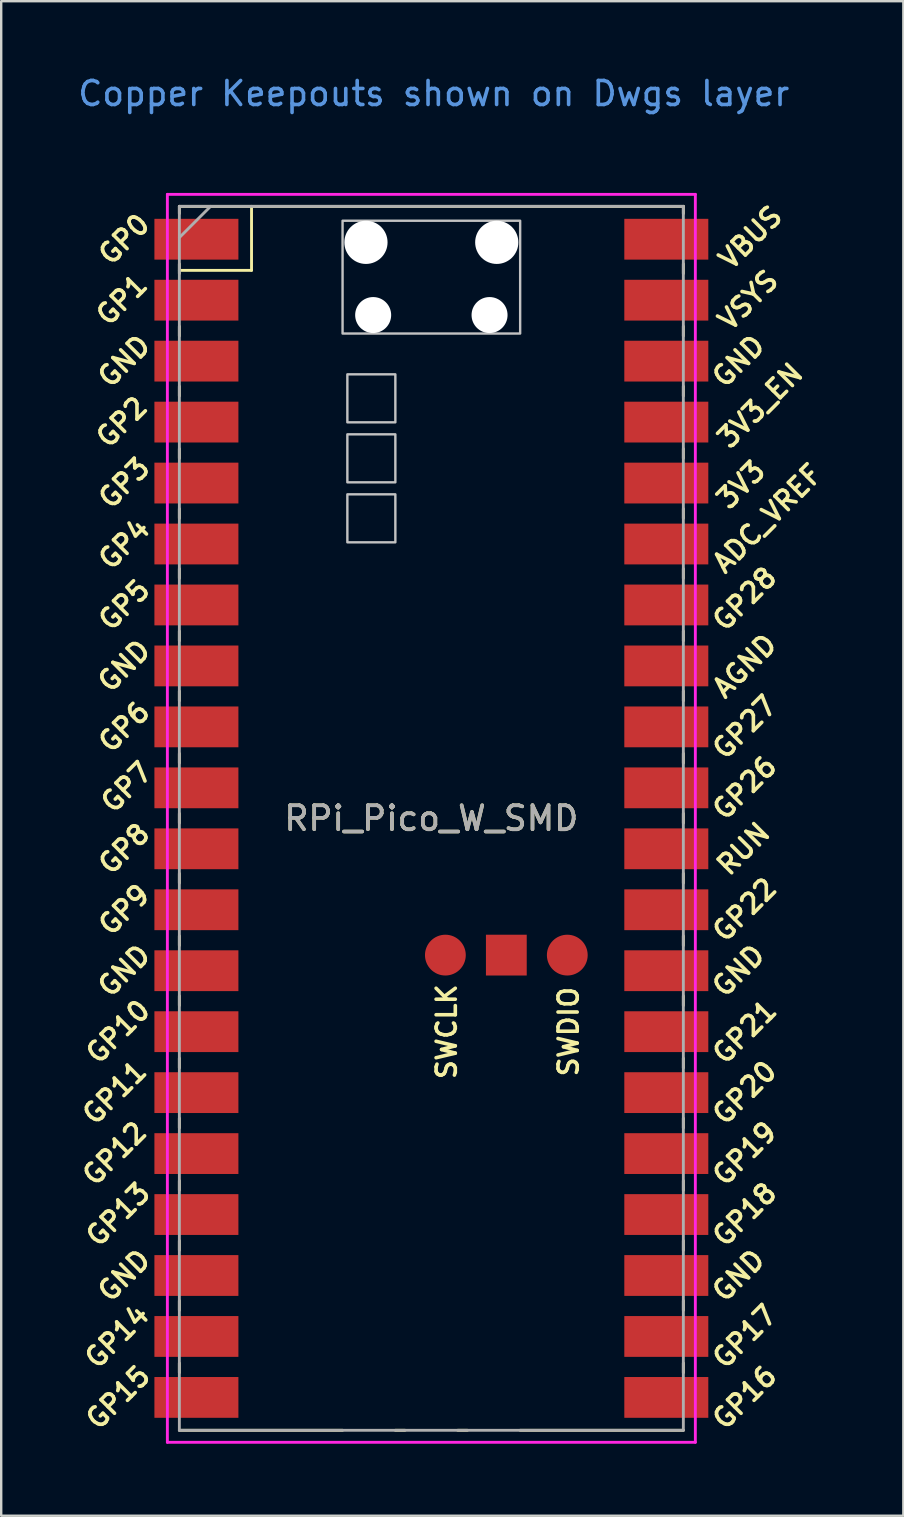
<source format=kicad_pcb>
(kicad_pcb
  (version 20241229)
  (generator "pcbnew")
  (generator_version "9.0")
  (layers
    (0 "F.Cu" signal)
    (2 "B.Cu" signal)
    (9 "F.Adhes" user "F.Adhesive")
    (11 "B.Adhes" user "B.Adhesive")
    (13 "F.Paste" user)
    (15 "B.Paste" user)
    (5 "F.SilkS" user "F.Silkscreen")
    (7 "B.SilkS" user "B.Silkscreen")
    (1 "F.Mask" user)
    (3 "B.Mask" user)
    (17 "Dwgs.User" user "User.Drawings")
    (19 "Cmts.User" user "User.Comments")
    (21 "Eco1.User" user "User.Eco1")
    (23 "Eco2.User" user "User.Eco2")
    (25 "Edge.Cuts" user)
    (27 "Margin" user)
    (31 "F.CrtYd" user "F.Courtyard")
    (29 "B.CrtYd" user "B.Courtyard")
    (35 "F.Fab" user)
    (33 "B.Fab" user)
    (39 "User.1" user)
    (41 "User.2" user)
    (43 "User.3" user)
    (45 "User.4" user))
  (footprint "RPi_Pico_W_SMD"
    (layer "F.Cu")
    (at 14.924 31.048)
    (property "Reference" "RPi_Pico_W_SMD" (at 0 0 0) (layer "F.SilkS") (effects (font (size 1 1) (thickness 0.15))))
    (attr through_hole)
    (fp_line (start -10.5 -25.5) (end -10.5 -25.2) (stroke (width 0.12) (type solid)) (layer "F.SilkS"))
    (fp_line (start -10.5 -25.5) (end 10.5 -25.5) (stroke (width 0.12) (type solid)) (layer "F.SilkS"))
    (fp_line (start -10.5 -23.1) (end -10.5 -22.7) (stroke (width 0.12) (type solid)) (layer "F.SilkS"))
    (fp_line (start -10.5 -22.833) (end -7.493 -22.833) (stroke (width 0.12) (type solid)) (layer "F.SilkS"))
    (fp_line (start -10.5 -20.5) (end -10.5 -20.1) (stroke (width 0.12) (type solid)) (layer "F.SilkS"))
    (fp_line (start -10.5 -18) (end -10.5 -17.6) (stroke (width 0.12) (type solid)) (layer "F.SilkS"))
    (fp_line (start -10.5 -15.4) (end -10.5 -15) (stroke (width 0.12) (type solid)) (layer "F.SilkS"))
    (fp_line (start -10.5 -12.9) (end -10.5 -12.5) (stroke (width 0.12) (type solid)) (layer "F.SilkS"))
    (fp_line (start -10.5 -10.4) (end -10.5 -10) (stroke (width 0.12) (type solid)) (layer "F.SilkS"))
    (fp_line (start -10.5 -7.8) (end -10.5 -7.4) (stroke (width 0.12) (type solid)) (layer "F.SilkS"))
    (fp_line (start -10.5 -5.3) (end -10.5 -4.9) (stroke (width 0.12) (type solid)) (layer "F.SilkS"))
    (fp_line (start -10.5 -2.7) (end -10.5 -2.3) (stroke (width 0.12) (type solid)) (layer "F.SilkS"))
    (fp_line (start -10.5 -0.2) (end -10.5 0.2) (stroke (width 0.12) (type solid)) (layer "F.SilkS"))
    (fp_line (start -10.5 2.3) (end -10.5 2.7) (stroke (width 0.12) (type solid)) (layer "F.SilkS"))
    (fp_line (start -10.5 4.9) (end -10.5 5.3) (stroke (width 0.12) (type solid)) (layer "F.SilkS"))
    (fp_line (start -10.5 7.4) (end -10.5 7.8) (stroke (width 0.12) (type solid)) (layer "F.SilkS"))
    (fp_line (start -10.5 10) (end -10.5 10.4) (stroke (width 0.12) (type solid)) (layer "F.SilkS"))
    (fp_line (start -10.5 12.5) (end -10.5 12.9) (stroke (width 0.12) (type solid)) (layer "F.SilkS"))
    (fp_line (start -10.5 15.1) (end -10.5 15.5) (stroke (width 0.12) (type solid)) (layer "F.SilkS"))
    (fp_line (start -10.5 17.6) (end -10.5 18) (stroke (width 0.12) (type solid)) (layer "F.SilkS"))
    (fp_line (start -10.5 20.1) (end -10.5 20.5) (stroke (width 0.12) (type solid)) (layer "F.SilkS"))
    (fp_line (start -10.5 22.7) (end -10.5 23.1) (stroke (width 0.12) (type solid)) (layer "F.SilkS"))
    (fp_line (start -7.493 -22.833) (end -7.493 -25.5) (stroke (width 0.12) (type solid)) (layer "F.SilkS"))
    (fp_line (start -3.7 25.5) (end -10.5 25.5) (stroke (width 0.12) (type solid)) (layer "F.SilkS"))
    (fp_line (start -1.5 25.5) (end -1.1 25.5) (stroke (width 0.12) (type solid)) (layer "F.SilkS"))
    (fp_line (start 1.1 25.5) (end 1.5 25.5) (stroke (width 0.12) (type solid)) (layer "F.SilkS"))
    (fp_line (start 10.5 -25.5) (end 10.5 -25.2) (stroke (width 0.12) (type solid)) (layer "F.SilkS"))
    (fp_line (start 10.5 -23.1) (end 10.5 -22.7) (stroke (width 0.12) (type solid)) (layer "F.SilkS"))
    (fp_line (start 10.5 -20.5) (end 10.5 -20.1) (stroke (width 0.12) (type solid)) (layer "F.SilkS"))
    (fp_line (start 10.5 -18) (end 10.5 -17.6) (stroke (width 0.12) (type solid)) (layer "F.SilkS"))
    (fp_line (start 10.5 -15.4) (end 10.5 -15) (stroke (width 0.12) (type solid)) (layer "F.SilkS"))
    (fp_line (start 10.5 -12.9) (end 10.5 -12.5) (stroke (width 0.12) (type solid)) (layer "F.SilkS"))
    (fp_line (start 10.5 -10.4) (end 10.5 -10) (stroke (width 0.12) (type solid)) (layer "F.SilkS"))
    (fp_line (start 10.5 -7.8) (end 10.5 -7.4) (stroke (width 0.12) (type solid)) (layer "F.SilkS"))
    (fp_line (start 10.5 -5.3) (end 10.5 -4.9) (stroke (width 0.12) (type solid)) (layer "F.SilkS"))
    (fp_line (start 10.5 -2.7) (end 10.5 -2.3) (stroke (width 0.12) (type solid)) (layer "F.SilkS"))
    (fp_line (start 10.5 -0.2) (end 10.5 0.2) (stroke (width 0.12) (type solid)) (layer "F.SilkS"))
    (fp_line (start 10.5 2.3) (end 10.5 2.7) (stroke (width 0.12) (type solid)) (layer "F.SilkS"))
    (fp_line (start 10.5 4.9) (end 10.5 5.3) (stroke (width 0.12) (type solid)) (layer "F.SilkS"))
    (fp_line (start 10.5 7.4) (end 10.5 7.8) (stroke (width 0.12) (type solid)) (layer "F.SilkS"))
    (fp_line (start 10.5 10) (end 10.5 10.4) (stroke (width 0.12) (type solid)) (layer "F.SilkS"))
    (fp_line (start 10.5 12.5) (end 10.5 12.9) (stroke (width 0.12) (type solid)) (layer "F.SilkS"))
    (fp_line (start 10.5 15.1) (end 10.5 15.5) (stroke (width 0.12) (type solid)) (layer "F.SilkS"))
    (fp_line (start 10.5 17.6) (end 10.5 18) (stroke (width 0.12) (type solid)) (layer "F.SilkS"))
    (fp_line (start 10.5 20.1) (end 10.5 20.5) (stroke (width 0.12) (type solid)) (layer "F.SilkS"))
    (fp_line (start 10.5 22.7) (end 10.5 23.1) (stroke (width 0.12) (type solid)) (layer "F.SilkS"))
    (fp_line (start 10.5 25.5) (end 3.7 25.5) (stroke (width 0.12) (type solid)) (layer "F.SilkS"))
    (fp_poly (pts (xy -1.5 -16.5) (xy -3.5 -16.5) (xy -3.5 -18.5) (xy -1.5 -18.5)) (stroke (width 0.1) (type solid)) (fill no) (layer "Dwgs.User"))
    (fp_poly (pts (xy -1.5 -14) (xy -3.5 -14) (xy -3.5 -16) (xy -1.5 -16)) (stroke (width 0.1) (type solid)) (fill no) (layer "Dwgs.User"))
    (fp_poly (pts (xy -1.5 -11.5) (xy -3.5 -11.5) (xy -3.5 -13.5) (xy -1.5 -13.5)) (stroke (width 0.1) (type solid)) (fill no) (layer "Dwgs.User"))
    (fp_poly (pts (xy 3.7 -20.2) (xy -3.7 -20.2) (xy -3.7 -24.9) (xy 3.7 -24.9)) (stroke (width 0.1) (type solid)) (fill no) (layer "Dwgs.User"))
    (fp_line (start -11 -26) (end 11 -26) (stroke (width 0.12) (type solid)) (layer "F.CrtYd"))
    (fp_line (start -11 26) (end -11 -26) (stroke (width 0.12) (type solid)) (layer "F.CrtYd"))
    (fp_line (start 11 -26) (end 11 26) (stroke (width 0.12) (type solid)) (layer "F.CrtYd"))
    (fp_line (start 11 26) (end -11 26) (stroke (width 0.12) (type solid)) (layer "F.CrtYd"))
    (fp_line (start -10.5 -25.5) (end 10.5 -25.5) (stroke (width 0.12) (type solid)) (layer "F.Fab"))
    (fp_line (start -10.5 -24.2) (end -9.2 -25.5) (stroke (width 0.12) (type solid)) (layer "F.Fab"))
    (fp_line (start -10.5 25.5) (end -10.5 -25.5) (stroke (width 0.12) (type solid)) (layer "F.Fab"))
    (fp_line (start 10.5 -25.5) (end 10.5 25.5) (stroke (width 0.12) (type solid)) (layer "F.Fab"))
    (fp_line (start 10.5 25.5) (end -10.5 25.5) (stroke (width 0.12) (type solid)) (layer "F.Fab"))
    (fp_text user "GP10" (at -13.054 8.89 45) (layer "F.SilkS") (effects (font (size 0.8 0.8) (thickness 0.15))))
    (fp_text user "GND" (at -12.8 19.05 45) (layer "F.SilkS") (effects (font (size 0.8 0.8) (thickness 0.15))))
    (fp_text user "GP19" (at 13.054 13.97 45) (layer "F.SilkS") (effects (font (size 0.8 0.8) (thickness 0.15))))
    (fp_text user "GP6" (at -12.8 -3.81 45) (layer "F.SilkS") (effects (font (size 0.8 0.8) (thickness 0.15))))
    (fp_text user "GP13" (at -13.054 16.51 45) (layer "F.SilkS") (effects (font (size 0.8 0.8) (thickness 0.15))))
    (fp_text user "GP12" (at -13.2 13.97 45) (layer "F.SilkS") (effects (font (size 0.8 0.8) (thickness 0.15))))
    (fp_text user "GP1" (at -12.9 -21.6 45) (layer "F.SilkS") (effects (font (size 0.8 0.8) (thickness 0.15))))
    (fp_text user "GP28" (at 13.054 -9.144 45) (layer "F.SilkS") (effects (font (size 0.8 0.8) (thickness 0.15))))
    (fp_text user "GP21" (at 13.054 8.9 45) (layer "F.SilkS") (effects (font (size 0.8 0.8) (thickness 0.15))))
    (fp_text user "GP8" (at -12.8 1.27 45) (layer "F.SilkS") (effects (font (size 0.8 0.8) (thickness 0.15))))
    (fp_text user "SWDIO" (at 5.715 8.89 270) (layer "F.SilkS") (effects (font (size 0.8 0.8) (thickness 0.15))))
    (fp_text user "GND" (at 12.8 6.35 45) (layer "F.SilkS") (effects (font (size 0.8 0.8) (thickness 0.15))))
    (fp_text user "AGND" (at 13.054 -6.35 45) (layer "F.SilkS") (effects (font (size 0.8 0.8) (thickness 0.15))))
    (fp_text user "VSYS" (at 13.2 -21.59 45) (layer "F.SilkS") (effects (font (size 0.8 0.8) (thickness 0.15))))
    (fp_text user "GND" (at 12.8 -19.05 45) (layer "F.SilkS") (effects (font (size 0.8 0.8) (thickness 0.15))))
    (fp_text user "RUN" (at 13 1.27 45) (layer "F.SilkS") (effects (font (size 0.8 0.8) (thickness 0.15))))
    (fp_text user "GP20" (at 13.054 11.43 45) (layer "F.SilkS") (effects (font (size 0.8 0.8) (thickness 0.15))))
    (fp_text user "GP26" (at 13.054 -1.27 45) (layer "F.SilkS") (effects (font (size 0.8 0.8) (thickness 0.15))))
    (fp_text user "GP15" (at -13.054 24.13 45) (layer "F.SilkS") (effects (font (size 0.8 0.8) (thickness 0.15))))
    (fp_text user "VBUS" (at 13.3 -24.2 45) (layer "F.SilkS") (effects (font (size 0.8 0.8) (thickness 0.15))))
    (fp_text user "GP14" (at -13.1 21.59 45) (layer "F.SilkS") (effects (font (size 0.8 0.8) (thickness 0.15))))
    (fp_text user "GP9" (at -12.8 3.81 45) (layer "F.SilkS") (effects (font (size 0.8 0.8) (thickness 0.15))))
    (fp_text user "GP11" (at -13.2 11.43 45) (layer "F.SilkS") (effects (font (size 0.8 0.8) (thickness 0.15))))
    (fp_text user "GP5" (at -12.8 -8.89 45) (layer "F.SilkS") (effects (font (size 0.8 0.8) (thickness 0.15))))
    (fp_text user "ADC_VREF" (at 14 -12.5 45) (layer "F.SilkS") (effects (font (size 0.8 0.8) (thickness 0.15))))
    (fp_text user "3V3" (at 12.9 -13.9 45) (layer "F.SilkS") (effects (font (size 0.8 0.8) (thickness 0.15))))
    (fp_text user "GP2" (at -12.9 -16.51 45) (layer "F.SilkS") (effects (font (size 0.8 0.8) (thickness 0.15))))
    (fp_text user "GP0" (at -12.8 -24.13 45) (layer "F.SilkS") (effects (font (size 0.8 0.8) (thickness 0.15))))
    (fp_text user "GP4" (at -12.8 -11.43 45) (layer "F.SilkS") (effects (font (size 0.8 0.8) (thickness 0.15))))
    (fp_text user "GP22" (at 13.054 3.81 45) (layer "F.SilkS") (effects (font (size 0.8 0.8) (thickness 0.15))))
    (fp_text user "GND" (at -12.8 6.35 45) (layer "F.SilkS") (effects (font (size 0.8 0.8) (thickness 0.15))))
    (fp_text user "GND" (at -12.8 -6.35 45) (layer "F.SilkS") (effects (font (size 0.8 0.8) (thickness 0.15))))
    (fp_text user "GP16" (at 13.054 24.13 45) (layer "F.SilkS") (effects (font (size 0.8 0.8) (thickness 0.15))))
    (fp_text user "GP3" (at -12.8 -13.97 45) (layer "F.SilkS") (effects (font (size 0.8 0.8) (thickness 0.15))))
    (fp_text user "GND" (at -12.8 -19.05 45) (layer "F.SilkS") (effects (font (size 0.8 0.8) (thickness 0.15))))
    (fp_text user "GP7" (at -12.7 -1.3 45) (layer "F.SilkS") (effects (font (size 0.8 0.8) (thickness 0.15))))
    (fp_text user "3V3_EN" (at 13.7 -17.2 45) (layer "F.SilkS") (effects (font (size 0.8 0.8) (thickness 0.15))))
    (fp_text user "GP18" (at 13.054 16.51 45) (layer "F.SilkS") (effects (font (size 0.8 0.8) (thickness 0.15))))
    (fp_text user "GP17" (at 13.054 21.59 45) (layer "F.SilkS") (effects (font (size 0.8 0.8) (thickness 0.15))))
    (fp_text user "SWCLK" (at 0.635 8.89 270) (layer "F.SilkS") (effects (font (size 0.8 0.8) (thickness 0.15))))
    (fp_text user "GP27" (at 13.054 -3.8 45) (layer "F.SilkS") (effects (font (size 0.8 0.8) (thickness 0.15))))
    (fp_text user "GND" (at 12.8 19.05 45) (layer "F.SilkS") (effects (font (size 0.8 0.8) (thickness 0.15))))
    (fp_text user "Copper Keepouts shown on Dwgs layer" (at 0.1 -30.2 0) (layer "Cmts.User") (effects (font (size 1 1) (thickness 0.15))))
    (fp_text user "${REFERENCE}" (at 0 0 180) (layer "F.Fab") (effects (font (size 1 1) (thickness 0.15))))
    (pad "" np_thru_hole oval (at -2.725 -24) (size 1.8 1.8) (drill 1.8) (layers "*.Cu" "*.Mask"))
    (pad "" np_thru_hole oval (at -2.425 -20.97) (size 1.5 1.5) (drill 1.5) (layers "*.Cu" "*.Mask"))
    (pad "" np_thru_hole oval (at 2.425 -20.97) (size 1.5 1.5) (drill 1.5) (layers "*.Cu" "*.Mask"))
    (pad "" np_thru_hole oval (at 2.725 -24) (size 1.8 1.8) (drill 1.8) (layers "*.Cu" "*.Mask"))
    (pad "1" smd rect (at -8.89 -24.13) (size 3.5 1.7) (drill (offset -0.9 0)) (layers "F.Cu" "F.Mask"))
    (pad "2" smd rect (at -8.89 -21.59) (size 3.5 1.7) (drill (offset -0.9 0)) (layers "F.Cu" "F.Mask"))
    (pad "3" smd rect (at -8.89 -19.05) (size 3.5 1.7) (drill (offset -0.9 0)) (layers "F.Cu" "F.Mask"))
    (pad "4" smd rect (at -8.89 -16.51) (size 3.5 1.7) (drill (offset -0.9 0)) (layers "F.Cu" "F.Mask"))
    (pad "5" smd rect (at -8.89 -13.97) (size 3.5 1.7) (drill (offset -0.9 0)) (layers "F.Cu" "F.Mask"))
    (pad "6" smd rect (at -8.89 -11.43) (size 3.5 1.7) (drill (offset -0.9 0)) (layers "F.Cu" "F.Mask"))
    (pad "7" smd rect (at -8.89 -8.89) (size 3.5 1.7) (drill (offset -0.9 0)) (layers "F.Cu" "F.Mask"))
    (pad "8" smd rect (at -8.89 -6.35) (size 3.5 1.7) (drill (offset -0.9 0)) (layers "F.Cu" "F.Mask"))
    (pad "9" smd rect (at -8.89 -3.81) (size 3.5 1.7) (drill (offset -0.9 0)) (layers "F.Cu" "F.Mask"))
    (pad "10" smd rect (at -8.89 -1.27) (size 3.5 1.7) (drill (offset -0.9 0)) (layers "F.Cu" "F.Mask"))
    (pad "11" smd rect (at -8.89 1.27) (size 3.5 1.7) (drill (offset -0.9 0)) (layers "F.Cu" "F.Mask"))
    (pad "12" smd rect (at -8.89 3.81) (size 3.5 1.7) (drill (offset -0.9 0)) (layers "F.Cu" "F.Mask"))
    (pad "13" smd rect (at -8.89 6.35) (size 3.5 1.7) (drill (offset -0.9 0)) (layers "F.Cu" "F.Mask"))
    (pad "14" smd rect (at -8.89 8.89) (size 3.5 1.7) (drill (offset -0.9 0)) (layers "F.Cu" "F.Mask"))
    (pad "15" smd rect (at -8.89 11.43) (size 3.5 1.7) (drill (offset -0.9 0)) (layers "F.Cu" "F.Mask"))
    (pad "16" smd rect (at -8.89 13.97) (size 3.5 1.7) (drill (offset -0.9 0)) (layers "F.Cu" "F.Mask"))
    (pad "17" smd rect (at -8.89 16.51) (size 3.5 1.7) (drill (offset -0.9 0)) (layers "F.Cu" "F.Mask"))
    (pad "18" smd rect (at -8.89 19.05) (size 3.5 1.7) (drill (offset -0.9 0)) (layers "F.Cu" "F.Mask"))
    (pad "19" smd rect (at -8.89 21.59) (size 3.5 1.7) (drill (offset -0.9 0)) (layers "F.Cu" "F.Mask"))
    (pad "20" smd rect (at -8.89 24.13) (size 3.5 1.7) (drill (offset -0.9 0)) (layers "F.Cu" "F.Mask"))
    (pad "21" smd rect (at 8.89 24.13) (size 3.5 1.7) (drill (offset 0.9 0)) (layers "F.Cu" "F.Mask"))
    (pad "22" smd rect (at 8.89 21.59) (size 3.5 1.7) (drill (offset 0.9 0)) (layers "F.Cu" "F.Mask"))
    (pad "23" smd rect (at 8.89 19.05) (size 3.5 1.7) (drill (offset 0.9 0)) (layers "F.Cu" "F.Mask"))
    (pad "24" smd rect (at 8.89 16.51) (size 3.5 1.7) (drill (offset 0.9 0)) (layers "F.Cu" "F.Mask"))
    (pad "25" smd rect (at 8.89 13.97) (size 3.5 1.7) (drill (offset 0.9 0)) (layers "F.Cu" "F.Mask"))
    (pad "26" smd rect (at 8.89 11.43) (size 3.5 1.7) (drill (offset 0.9 0)) (layers "F.Cu" "F.Mask"))
    (pad "27" smd rect (at 8.89 8.89) (size 3.5 1.7) (drill (offset 0.9 0)) (layers "F.Cu" "F.Mask"))
    (pad "28" smd rect (at 8.89 6.35) (size 3.5 1.7) (drill (offset 0.9 0)) (layers "F.Cu" "F.Mask"))
    (pad "29" smd rect (at 8.89 3.81) (size 3.5 1.7) (drill (offset 0.9 0)) (layers "F.Cu" "F.Mask"))
    (pad "30" smd rect (at 8.89 1.27) (size 3.5 1.7) (drill (offset 0.9 0)) (layers "F.Cu" "F.Mask"))
    (pad "31" smd rect (at 8.89 -1.27) (size 3.5 1.7) (drill (offset 0.9 0)) (layers "F.Cu" "F.Mask"))
    (pad "32" smd rect (at 8.89 -3.81) (size 3.5 1.7) (drill (offset 0.9 0)) (layers "F.Cu" "F.Mask"))
    (pad "33" smd rect (at 8.89 -6.35) (size 3.5 1.7) (drill (offset 0.9 0)) (layers "F.Cu" "F.Mask"))
    (pad "34" smd rect (at 8.89 -8.89) (size 3.5 1.7) (drill (offset 0.9 0)) (layers "F.Cu" "F.Mask"))
    (pad "35" smd rect (at 8.89 -11.43) (size 3.5 1.7) (drill (offset 0.9 0)) (layers "F.Cu" "F.Mask"))
    (pad "36" smd rect (at 8.89 -13.97) (size 3.5 1.7) (drill (offset 0.9 0)) (layers "F.Cu" "F.Mask"))
    (pad "37" smd rect (at 8.89 -16.51) (size 3.5 1.7) (drill (offset 0.9 0)) (layers "F.Cu" "F.Mask"))
    (pad "38" smd rect (at 8.89 -19.05) (size 3.5 1.7) (drill (offset 0.9 0)) (layers "F.Cu" "F.Mask"))
    (pad "39" smd rect (at 8.89 -21.59) (size 3.5 1.7) (drill (offset 0.9 0)) (layers "F.Cu" "F.Mask"))
    (pad "40" smd rect (at 8.89 -24.13) (size 3.5 1.7) (drill (offset 0.9 0)) (layers "F.Cu" "F.Mask"))
    (pad "41" smd oval (at 0.584 5.7) (size 1.7 1.7) (layers "F.Cu" "F.Mask" "F.Paste"))
    (pad "42" smd rect (at 3.124 5.7) (size 1.7 1.7) (layers "F.Cu" "F.Mask" "F.Paste"))
    (pad "43" smd oval (at 5.664 5.7) (size 1.7 1.7) (layers "F.Cu" "F.Mask" "F.Paste"))
    (zone (net_name "") (layers "F.Cu" "B.Cu" "F.SilkS") (name "AntennaKeepOut") (hatch edge 0.5) (connect_pads) (min_thickness 0.25) (filled_areas_thickness no) (keepout (tracks not_allowed) (vias not_allowed) (pads not_allowed) (copperpour not_allowed) (footprints allowed)) (placement (enabled no)) (fill) (polygon (pts (xy 8.574 56.448) (xy 8.574 46.923) (xy 21.274 46.923) (xy 21.274 56.548)))))
  (gr_rect
    (start -3 -3)
    (end 34.591 60.108)
    (stroke (width 0.1) (type default))
    (fill no)
    (layer "Edge.Cuts")))
</source>
